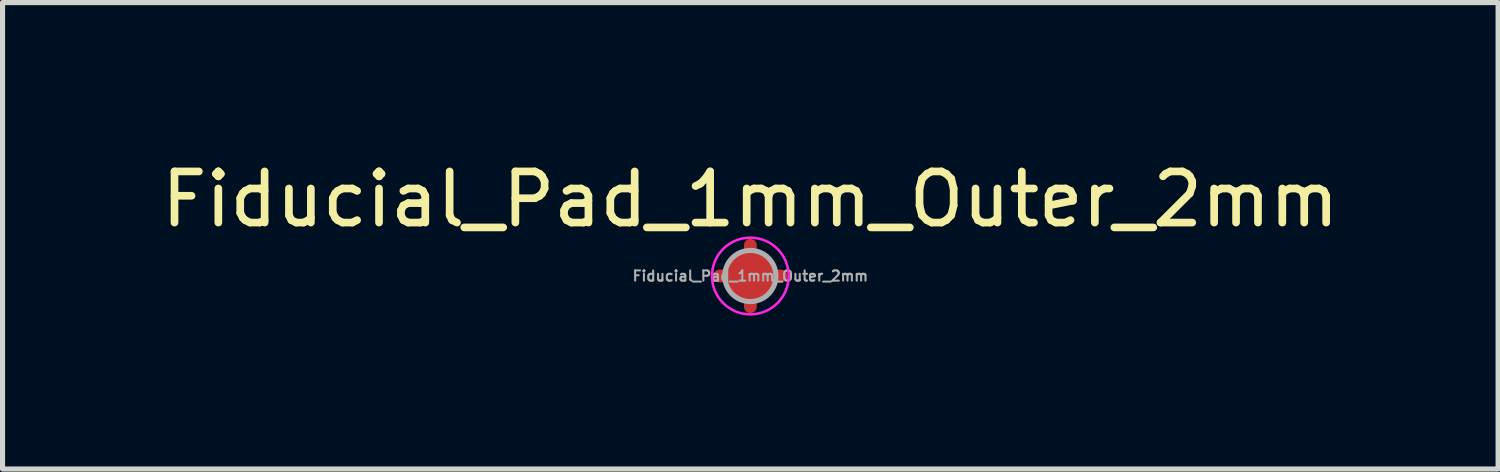
<source format=kicad_pcb>
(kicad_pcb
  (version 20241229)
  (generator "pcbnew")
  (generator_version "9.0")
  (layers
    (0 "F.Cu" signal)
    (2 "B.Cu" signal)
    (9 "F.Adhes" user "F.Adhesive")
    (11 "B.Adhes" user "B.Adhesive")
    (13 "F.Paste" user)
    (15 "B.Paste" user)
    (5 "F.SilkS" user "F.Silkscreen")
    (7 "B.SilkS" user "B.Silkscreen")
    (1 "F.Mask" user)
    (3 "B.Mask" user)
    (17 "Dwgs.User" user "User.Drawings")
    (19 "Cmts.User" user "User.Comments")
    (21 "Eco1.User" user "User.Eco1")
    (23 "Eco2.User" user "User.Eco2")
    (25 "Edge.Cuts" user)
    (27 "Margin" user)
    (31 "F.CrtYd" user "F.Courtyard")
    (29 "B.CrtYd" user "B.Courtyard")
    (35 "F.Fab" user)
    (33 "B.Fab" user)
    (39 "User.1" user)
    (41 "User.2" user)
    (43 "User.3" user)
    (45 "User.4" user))
  (footprint "Fiducial_Pad_1mm_Outer_2mm"
    (layer "F.Cu")
    (at 11.625 2.348)
    (property "Reference" "Fiducial_Pad_1mm_Outer_2mm" (at 0 -1.5 0) (layer "F.SilkS") (effects (font (size 1 1) (thickness 0.15))))
    (attr exclude_from_pos_files exclude_from_bom)
    (fp_line (start -0.6 0) (end 0.6 0) (stroke (width 0.25) (type solid)) (layer "F.Cu"))
    (fp_line (start 0 -0.6) (end 0 0.6) (stroke (width 0.25) (type solid)) (layer "F.Cu"))
    (fp_circle (center 0 0) (end 0.75 0) (stroke (width 0.05) (type solid)) (fill no) (layer "F.CrtYd"))
    (fp_circle (center 0 0) (end 0.5 0) (stroke (width 0.1) (type solid)) (fill no) (layer "F.Fab"))
    (fp_text user "${REFERENCE}" (at 0 0 0) (layer "F.Fab") (effects (font (size 0.2 0.2) (thickness 0.04))))
    (pad "~" smd circle (at 0 0) (size 1 1) (layers "F.Cu" "F.Mask")))
  (gr_rect
    (start -3 -3)
    (end 26.25 6.123)
    (stroke (width 0.1) (type default))
    (fill no)
    (layer "Edge.Cuts")))
</source>
